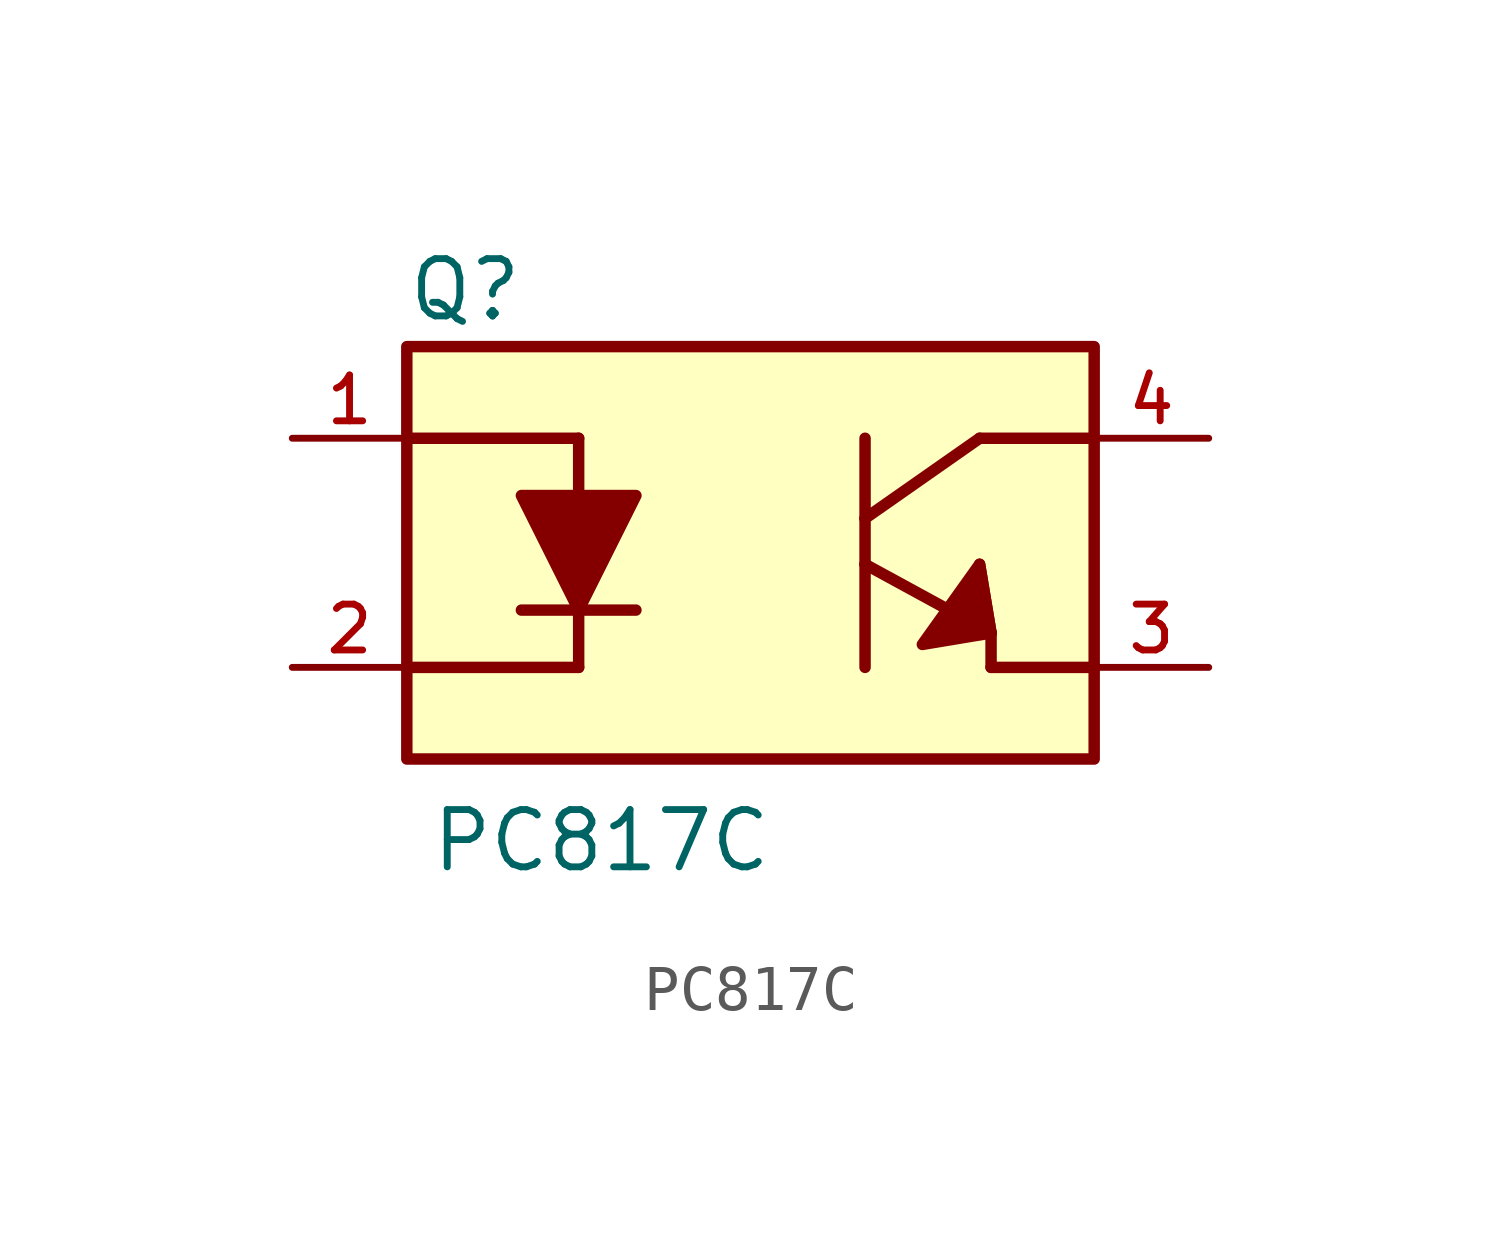
<source format=kicad_sym>
(kicad_symbol_lib
  (version 20211014)
  (generator kicad_symbol_editor)
  (symbol "PC817C"
    (pin_names
      (offset 1.016))
    (property "Reference" "Q"
      (at -7.634 5.089 0)
      (effects (font (size 1.27 1.27)) (justify bottom left)))
    (property "Value" "PC817C"
      (at -7.126 -7.126 0)
      (effects (font (size 1.27 1.27)) (justify bottom left)))
    (symbol "PC817C_0_0"
      (polyline (pts (xy -7.62 2.54) (xy -3.81 2.54)) (stroke (width 0.254)))
      (polyline (pts (xy -7.62 -2.54) (xy -3.81 -2.54)) (stroke (width 0.254)))
      (polyline (pts (xy -3.81 -2.54) (xy -3.81 2.54)) (stroke (width 0.254)))
      (polyline (pts (xy -5.08 1.27) (xy -2.54 1.27) (xy -3.81 -1.27) (xy -5.08 1.27)) (stroke (width 0.254)) (fill (type outline)))
      (polyline (pts (xy -5.08 -1.27) (xy -2.54 -1.27)) (stroke (width 0.254)))
      (polyline (pts (xy 2.54 2.54) (xy 2.54 0.762)) (stroke (width 0.254)))
      (polyline (pts (xy 2.54 0.762) (xy 2.54 -0.254)) (stroke (width 0.254)))
      (polyline (pts (xy 2.54 -0.254) (xy 2.54 -2.54)) (stroke (width 0.254)))
      (polyline (pts (xy 7.62 2.54) (xy 5.08 2.54)) (stroke (width 0.254)))
      (polyline (pts (xy 2.54 -0.254) (xy 5.334 -1.778)) (stroke (width 0.254)))
      (polyline (pts (xy 5.08 -0.254) (xy 5.334 -1.778)) (stroke (width 0.254)))
      (polyline (pts (xy 5.334 -1.778) (xy 5.08 -0.254) (xy 3.81 -2.032) (xy 5.334 -1.778)) (stroke (width 0.254)) (fill (type outline)))
      (polyline (pts (xy 5.08 2.54) (xy 2.54 0.762)) (stroke (width 0.254)))
      (polyline (pts (xy 5.334 -1.778) (xy 5.334 -2.54)) (stroke (width 0.254)))
      (polyline (pts (xy 5.334 -2.54) (xy 7.62 -2.54)) (stroke (width 0.254)))
      (rectangle (start -7.62 -4.572) (end 7.62 4.572) (stroke (width 0.254)) (fill (type background)))
      (pin passive line (at -10.16 2.54 0) (length 2.54) (name "~" (effects (font (size 1.016 1.016)))) (number "1" (effects (font (size 1.016 1.016)))))
      (pin passive line (at -10.16 -2.54 0) (length 2.54) (name "~" (effects (font (size 1.016 1.016)))) (number "2" (effects (font (size 1.016 1.016)))))
      (pin passive line (at 10.16 2.54 180.0) (length 2.54) (name "~" (effects (font (size 1.016 1.016)))) (number "4" (effects (font (size 1.016 1.016)))))
      (pin passive line (at 10.16 -2.54 180.0) (length 2.54) (name "~" (effects (font (size 1.016 1.016)))) (number "3" (effects (font (size 1.016 1.016))))))))
</source>
